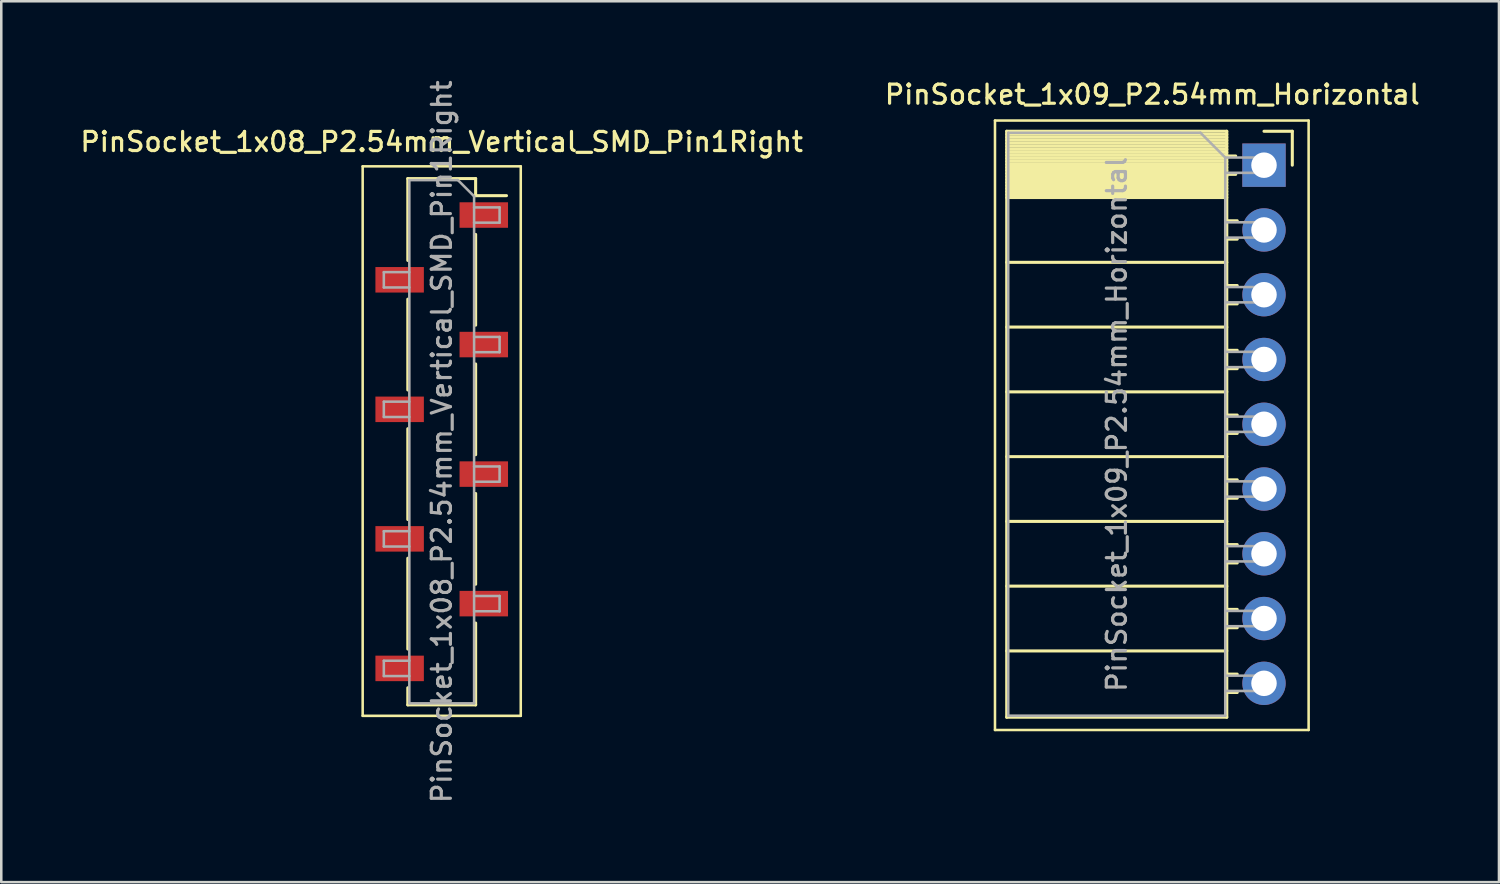
<source format=kicad_pcb>
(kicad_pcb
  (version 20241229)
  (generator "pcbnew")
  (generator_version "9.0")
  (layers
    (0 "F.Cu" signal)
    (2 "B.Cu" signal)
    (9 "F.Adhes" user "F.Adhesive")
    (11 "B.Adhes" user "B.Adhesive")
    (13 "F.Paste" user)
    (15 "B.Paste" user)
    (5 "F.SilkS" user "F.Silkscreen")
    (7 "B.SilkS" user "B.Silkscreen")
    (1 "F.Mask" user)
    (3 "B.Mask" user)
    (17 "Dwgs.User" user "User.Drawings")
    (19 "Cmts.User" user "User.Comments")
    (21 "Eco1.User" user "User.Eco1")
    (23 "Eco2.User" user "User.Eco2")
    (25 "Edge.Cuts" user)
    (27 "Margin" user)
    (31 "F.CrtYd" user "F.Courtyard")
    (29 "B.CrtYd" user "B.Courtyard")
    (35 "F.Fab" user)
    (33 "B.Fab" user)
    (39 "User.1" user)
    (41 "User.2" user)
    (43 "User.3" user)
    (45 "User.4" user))
  (footprint "PinSocket_1x09_P2.54mm_Horizontal"
    (layer "F.Cu")
    (at 46.521 3.428)
    (property "Reference" "PinSocket_1x09_P2.54mm_Horizontal" (at -4.38 -2.77 0) (layer "F.SilkS") (effects (font (size 0.75 0.75) (thickness 0.125))))
    (attr through_hole)
    (fp_line (start -10.55 -1.75) (end -10.55 22.15) (stroke (width 0.1) (type solid)) (layer "F.SilkS"))
    (fp_line (start -10.55 22.15) (end 1.75 22.15) (stroke (width 0.1) (type solid)) (layer "F.SilkS"))
    (fp_line (start -10.09 -1.33) (end -10.09 21.65) (stroke (width 0.12) (type solid)) (layer "F.SilkS"))
    (fp_line (start -10.09 -1.33) (end -1.46 -1.33) (stroke (width 0.12) (type solid)) (layer "F.SilkS"))
    (fp_line (start -10.09 -1.21) (end -1.46 -1.21) (stroke (width 0.12) (type solid)) (layer "F.SilkS"))
    (fp_line (start -10.09 -1.092) (end -1.46 -1.092) (stroke (width 0.12) (type solid)) (layer "F.SilkS"))
    (fp_line (start -10.09 -0.974) (end -1.46 -0.974) (stroke (width 0.12) (type solid)) (layer "F.SilkS"))
    (fp_line (start -10.09 -0.856) (end -1.46 -0.856) (stroke (width 0.12) (type solid)) (layer "F.SilkS"))
    (fp_line (start -10.09 -0.738) (end -1.46 -0.738) (stroke (width 0.12) (type solid)) (layer "F.SilkS"))
    (fp_line (start -10.09 -0.62) (end -1.46 -0.62) (stroke (width 0.12) (type solid)) (layer "F.SilkS"))
    (fp_line (start -10.09 -0.501) (end -1.46 -0.501) (stroke (width 0.12) (type solid)) (layer "F.SilkS"))
    (fp_line (start -10.09 -0.383) (end -1.46 -0.383) (stroke (width 0.12) (type solid)) (layer "F.SilkS"))
    (fp_line (start -10.09 -0.265) (end -1.46 -0.265) (stroke (width 0.12) (type solid)) (layer "F.SilkS"))
    (fp_line (start -10.09 -0.147) (end -1.46 -0.147) (stroke (width 0.12) (type solid)) (layer "F.SilkS"))
    (fp_line (start -10.09 -0.029) (end -1.46 -0.029) (stroke (width 0.12) (type solid)) (layer "F.SilkS"))
    (fp_line (start -10.09 0.089) (end -1.46 0.089) (stroke (width 0.12) (type solid)) (layer "F.SilkS"))
    (fp_line (start -10.09 0.207) (end -1.46 0.207) (stroke (width 0.12) (type solid)) (layer "F.SilkS"))
    (fp_line (start -10.09 0.325) (end -1.46 0.325) (stroke (width 0.12) (type solid)) (layer "F.SilkS"))
    (fp_line (start -10.09 0.443) (end -1.46 0.443) (stroke (width 0.12) (type solid)) (layer "F.SilkS"))
    (fp_line (start -10.09 0.561) (end -1.46 0.561) (stroke (width 0.12) (type solid)) (layer "F.SilkS"))
    (fp_line (start -10.09 0.68) (end -1.46 0.68) (stroke (width 0.12) (type solid)) (layer "F.SilkS"))
    (fp_line (start -10.09 0.798) (end -1.46 0.798) (stroke (width 0.12) (type solid)) (layer "F.SilkS"))
    (fp_line (start -10.09 0.916) (end -1.46 0.916) (stroke (width 0.12) (type solid)) (layer "F.SilkS"))
    (fp_line (start -10.09 1.034) (end -1.46 1.034) (stroke (width 0.12) (type solid)) (layer "F.SilkS"))
    (fp_line (start -10.09 1.152) (end -1.46 1.152) (stroke (width 0.12) (type solid)) (layer "F.SilkS"))
    (fp_line (start -10.09 1.27) (end -1.46 1.27) (stroke (width 0.12) (type solid)) (layer "F.SilkS"))
    (fp_line (start -10.09 3.81) (end -1.46 3.81) (stroke (width 0.12) (type solid)) (layer "F.SilkS"))
    (fp_line (start -10.09 6.35) (end -1.46 6.35) (stroke (width 0.12) (type solid)) (layer "F.SilkS"))
    (fp_line (start -10.09 8.89) (end -1.46 8.89) (stroke (width 0.12) (type solid)) (layer "F.SilkS"))
    (fp_line (start -10.09 11.43) (end -1.46 11.43) (stroke (width 0.12) (type solid)) (layer "F.SilkS"))
    (fp_line (start -10.09 13.97) (end -1.46 13.97) (stroke (width 0.12) (type solid)) (layer "F.SilkS"))
    (fp_line (start -10.09 16.51) (end -1.46 16.51) (stroke (width 0.12) (type solid)) (layer "F.SilkS"))
    (fp_line (start -10.09 19.05) (end -1.46 19.05) (stroke (width 0.12) (type solid)) (layer "F.SilkS"))
    (fp_line (start -10.09 21.65) (end -1.46 21.65) (stroke (width 0.12) (type solid)) (layer "F.SilkS"))
    (fp_line (start -1.46 -1.33) (end -1.46 21.65) (stroke (width 0.12) (type solid)) (layer "F.SilkS"))
    (fp_line (start -1.46 -0.36) (end -1.11 -0.36) (stroke (width 0.12) (type solid)) (layer "F.SilkS"))
    (fp_line (start -1.46 0.36) (end -1.11 0.36) (stroke (width 0.12) (type solid)) (layer "F.SilkS"))
    (fp_line (start -1.46 2.18) (end -1.05 2.18) (stroke (width 0.12) (type solid)) (layer "F.SilkS"))
    (fp_line (start -1.46 2.9) (end -1.05 2.9) (stroke (width 0.12) (type solid)) (layer "F.SilkS"))
    (fp_line (start -1.46 4.72) (end -1.05 4.72) (stroke (width 0.12) (type solid)) (layer "F.SilkS"))
    (fp_line (start -1.46 5.44) (end -1.05 5.44) (stroke (width 0.12) (type solid)) (layer "F.SilkS"))
    (fp_line (start -1.46 7.26) (end -1.05 7.26) (stroke (width 0.12) (type solid)) (layer "F.SilkS"))
    (fp_line (start -1.46 7.98) (end -1.05 7.98) (stroke (width 0.12) (type solid)) (layer "F.SilkS"))
    (fp_line (start -1.46 9.8) (end -1.05 9.8) (stroke (width 0.12) (type solid)) (layer "F.SilkS"))
    (fp_line (start -1.46 10.52) (end -1.05 10.52) (stroke (width 0.12) (type solid)) (layer "F.SilkS"))
    (fp_line (start -1.46 12.34) (end -1.05 12.34) (stroke (width 0.12) (type solid)) (layer "F.SilkS"))
    (fp_line (start -1.46 13.06) (end -1.05 13.06) (stroke (width 0.12) (type solid)) (layer "F.SilkS"))
    (fp_line (start -1.46 14.88) (end -1.05 14.88) (stroke (width 0.12) (type solid)) (layer "F.SilkS"))
    (fp_line (start -1.46 15.6) (end -1.05 15.6) (stroke (width 0.12) (type solid)) (layer "F.SilkS"))
    (fp_line (start -1.46 17.42) (end -1.05 17.42) (stroke (width 0.12) (type solid)) (layer "F.SilkS"))
    (fp_line (start -1.46 18.14) (end -1.05 18.14) (stroke (width 0.12) (type solid)) (layer "F.SilkS"))
    (fp_line (start -1.46 19.96) (end -1.05 19.96) (stroke (width 0.12) (type solid)) (layer "F.SilkS"))
    (fp_line (start -1.46 20.68) (end -1.05 20.68) (stroke (width 0.12) (type solid)) (layer "F.SilkS"))
    (fp_line (start 0 -1.33) (end 1.11 -1.33) (stroke (width 0.12) (type solid)) (layer "F.SilkS"))
    (fp_line (start 1.11 -1.33) (end 1.11 0) (stroke (width 0.12) (type solid)) (layer "F.SilkS"))
    (fp_line (start 1.75 -1.75) (end -10.55 -1.75) (stroke (width 0.1) (type solid)) (layer "F.SilkS"))
    (fp_line (start 1.75 22.15) (end 1.75 -1.75) (stroke (width 0.1) (type solid)) (layer "F.SilkS"))
    (fp_line (start -10.03 -1.27) (end -2.49 -1.27) (stroke (width 0.1) (type solid)) (layer "F.Fab"))
    (fp_line (start -10.03 21.59) (end -10.03 -1.27) (stroke (width 0.1) (type solid)) (layer "F.Fab"))
    (fp_line (start -2.49 -1.27) (end -1.52 -0.3) (stroke (width 0.1) (type solid)) (layer "F.Fab"))
    (fp_line (start -1.52 -0.3) (end -1.52 21.59) (stroke (width 0.1) (type solid)) (layer "F.Fab"))
    (fp_line (start -1.52 0.3) (end 0 0.3) (stroke (width 0.1) (type solid)) (layer "F.Fab"))
    (fp_line (start -1.52 2.84) (end 0 2.84) (stroke (width 0.1) (type solid)) (layer "F.Fab"))
    (fp_line (start -1.52 5.38) (end 0 5.38) (stroke (width 0.1) (type solid)) (layer "F.Fab"))
    (fp_line (start -1.52 7.92) (end 0 7.92) (stroke (width 0.1) (type solid)) (layer "F.Fab"))
    (fp_line (start -1.52 10.46) (end 0 10.46) (stroke (width 0.1) (type solid)) (layer "F.Fab"))
    (fp_line (start -1.52 13) (end 0 13) (stroke (width 0.1) (type solid)) (layer "F.Fab"))
    (fp_line (start -1.52 15.54) (end 0 15.54) (stroke (width 0.1) (type solid)) (layer "F.Fab"))
    (fp_line (start -1.52 18.08) (end 0 18.08) (stroke (width 0.1) (type solid)) (layer "F.Fab"))
    (fp_line (start -1.52 20.62) (end 0 20.62) (stroke (width 0.1) (type solid)) (layer "F.Fab"))
    (fp_line (start -1.52 21.59) (end -10.03 21.59) (stroke (width 0.1) (type solid)) (layer "F.Fab"))
    (fp_line (start 0 -0.3) (end -1.52 -0.3) (stroke (width 0.1) (type solid)) (layer "F.Fab"))
    (fp_line (start 0 0.3) (end 0 -0.3) (stroke (width 0.1) (type solid)) (layer "F.Fab"))
    (fp_line (start 0 2.24) (end -1.52 2.24) (stroke (width 0.1) (type solid)) (layer "F.Fab"))
    (fp_line (start 0 2.84) (end 0 2.24) (stroke (width 0.1) (type solid)) (layer "F.Fab"))
    (fp_line (start 0 4.78) (end -1.52 4.78) (stroke (width 0.1) (type solid)) (layer "F.Fab"))
    (fp_line (start 0 5.38) (end 0 4.78) (stroke (width 0.1) (type solid)) (layer "F.Fab"))
    (fp_line (start 0 7.32) (end -1.52 7.32) (stroke (width 0.1) (type solid)) (layer "F.Fab"))
    (fp_line (start 0 7.92) (end 0 7.32) (stroke (width 0.1) (type solid)) (layer "F.Fab"))
    (fp_line (start 0 9.86) (end -1.52 9.86) (stroke (width 0.1) (type solid)) (layer "F.Fab"))
    (fp_line (start 0 10.46) (end 0 9.86) (stroke (width 0.1) (type solid)) (layer "F.Fab"))
    (fp_line (start 0 12.4) (end -1.52 12.4) (stroke (width 0.1) (type solid)) (layer "F.Fab"))
    (fp_line (start 0 13) (end 0 12.4) (stroke (width 0.1) (type solid)) (layer "F.Fab"))
    (fp_line (start 0 14.94) (end -1.52 14.94) (stroke (width 0.1) (type solid)) (layer "F.Fab"))
    (fp_line (start 0 15.54) (end 0 14.94) (stroke (width 0.1) (type solid)) (layer "F.Fab"))
    (fp_line (start 0 17.48) (end -1.52 17.48) (stroke (width 0.1) (type solid)) (layer "F.Fab"))
    (fp_line (start 0 18.08) (end 0 17.48) (stroke (width 0.1) (type solid)) (layer "F.Fab"))
    (fp_line (start 0 20.02) (end -1.52 20.02) (stroke (width 0.1) (type solid)) (layer "F.Fab"))
    (fp_line (start 0 20.62) (end 0 20.02) (stroke (width 0.1) (type solid)) (layer "F.Fab"))
    (fp_text user "${REFERENCE}" (at -5.775 10.16 90) (layer "F.Fab") (effects (font (size 0.75 0.75) (thickness 0.125))))
    (pad "1" thru_hole rect (at 0 0) (size 1.7 1.7) (drill 1) (layers "*.Cu" "*.Mask"))
    (pad "2" thru_hole oval (at 0 2.54) (size 1.7 1.7) (drill 1) (layers "*.Cu" "*.Mask"))
    (pad "3" thru_hole oval (at 0 5.08) (size 1.7 1.7) (drill 1) (layers "*.Cu" "*.Mask"))
    (pad "4" thru_hole oval (at 0 7.62) (size 1.7 1.7) (drill 1) (layers "*.Cu" "*.Mask"))
    (pad "5" thru_hole oval (at 0 10.16) (size 1.7 1.7) (drill 1) (layers "*.Cu" "*.Mask"))
    (pad "6" thru_hole oval (at 0 12.7) (size 1.7 1.7) (drill 1) (layers "*.Cu" "*.Mask"))
    (pad "7" thru_hole oval (at 0 15.24) (size 1.7 1.7) (drill 1) (layers "*.Cu" "*.Mask"))
    (pad "8" thru_hole oval (at 0 17.78) (size 1.7 1.7) (drill 1) (layers "*.Cu" "*.Mask"))
    (pad "9" thru_hole oval (at 0 20.32) (size 1.7 1.7) (drill 1) (layers "*.Cu" "*.Mask")))
  (footprint "PinSocket_1x08_P2.54mm_Vertical_SMD_Pin1Right"
    (layer "F.Cu")
    (at 14.273 14.273)
    (property "Reference" "PinSocket_1x08_P2.54mm_Vertical_SMD_Pin1Right" (at 0 -11.76 0) (layer "F.SilkS") (effects (font (size 0.75 0.75) (thickness 0.125))))
    (attr smd)
    (fp_line (start -3.1 -10.8) (end 3.1 -10.8) (stroke (width 0.1) (type solid)) (layer "F.SilkS"))
    (fp_line (start -3.1 10.75) (end -3.1 -10.8) (stroke (width 0.1) (type solid)) (layer "F.SilkS"))
    (fp_line (start -1.33 -10.32) (end -1.33 -7.11) (stroke (width 0.12) (type solid)) (layer "F.SilkS"))
    (fp_line (start -1.33 -10.32) (end 1.33 -10.32) (stroke (width 0.12) (type solid)) (layer "F.SilkS"))
    (fp_line (start -1.33 -5.59) (end -1.33 -2.03) (stroke (width 0.12) (type solid)) (layer "F.SilkS"))
    (fp_line (start -1.33 -0.51) (end -1.33 3.05) (stroke (width 0.12) (type solid)) (layer "F.SilkS"))
    (fp_line (start -1.33 4.57) (end -1.33 8.13) (stroke (width 0.12) (type solid)) (layer "F.SilkS"))
    (fp_line (start -1.33 9.65) (end -1.33 10.32) (stroke (width 0.12) (type solid)) (layer "F.SilkS"))
    (fp_line (start -1.33 10.32) (end 1.33 10.32) (stroke (width 0.12) (type solid)) (layer "F.SilkS"))
    (fp_line (start 1.33 -10.32) (end 1.33 -9.65) (stroke (width 0.12) (type solid)) (layer "F.SilkS"))
    (fp_line (start 1.33 -9.65) (end 2.54 -9.65) (stroke (width 0.12) (type solid)) (layer "F.SilkS"))
    (fp_line (start 1.33 -8.13) (end 1.33 -4.57) (stroke (width 0.12) (type solid)) (layer "F.SilkS"))
    (fp_line (start 1.33 -3.05) (end 1.33 0.51) (stroke (width 0.12) (type solid)) (layer "F.SilkS"))
    (fp_line (start 1.33 2.03) (end 1.33 5.59) (stroke (width 0.12) (type solid)) (layer "F.SilkS"))
    (fp_line (start 1.33 7.11) (end 1.33 10.32) (stroke (width 0.12) (type solid)) (layer "F.SilkS"))
    (fp_line (start 3.1 -10.8) (end 3.1 10.75) (stroke (width 0.1) (type solid)) (layer "F.SilkS"))
    (fp_line (start 3.1 10.75) (end -3.1 10.75) (stroke (width 0.1) (type solid)) (layer "F.SilkS"))
    (fp_line (start -2.27 -6.65) (end -1.27 -6.65) (stroke (width 0.1) (type solid)) (layer "F.Fab"))
    (fp_line (start -2.27 -6.05) (end -2.27 -6.65) (stroke (width 0.1) (type solid)) (layer "F.Fab"))
    (fp_line (start -2.27 -1.57) (end -1.27 -1.57) (stroke (width 0.1) (type solid)) (layer "F.Fab"))
    (fp_line (start -2.27 -0.97) (end -2.27 -1.57) (stroke (width 0.1) (type solid)) (layer "F.Fab"))
    (fp_line (start -2.27 3.51) (end -1.27 3.51) (stroke (width 0.1) (type solid)) (layer "F.Fab"))
    (fp_line (start -2.27 4.11) (end -2.27 3.51) (stroke (width 0.1) (type solid)) (layer "F.Fab"))
    (fp_line (start -2.27 8.59) (end -1.27 8.59) (stroke (width 0.1) (type solid)) (layer "F.Fab"))
    (fp_line (start -2.27 9.19) (end -2.27 8.59) (stroke (width 0.1) (type solid)) (layer "F.Fab"))
    (fp_line (start -1.27 -10.26) (end 0.635 -10.26) (stroke (width 0.1) (type solid)) (layer "F.Fab"))
    (fp_line (start -1.27 -6.05) (end -2.27 -6.05) (stroke (width 0.1) (type solid)) (layer "F.Fab"))
    (fp_line (start -1.27 -0.97) (end -2.27 -0.97) (stroke (width 0.1) (type solid)) (layer "F.Fab"))
    (fp_line (start -1.27 4.11) (end -2.27 4.11) (stroke (width 0.1) (type solid)) (layer "F.Fab"))
    (fp_line (start -1.27 9.19) (end -2.27 9.19) (stroke (width 0.1) (type solid)) (layer "F.Fab"))
    (fp_line (start -1.27 10.26) (end -1.27 -10.26) (stroke (width 0.1) (type solid)) (layer "F.Fab"))
    (fp_line (start 0.635 -10.26) (end 1.27 -9.625) (stroke (width 0.1) (type solid)) (layer "F.Fab"))
    (fp_line (start 1.27 -9.625) (end 1.27 10.26) (stroke (width 0.1) (type solid)) (layer "F.Fab"))
    (fp_line (start 1.27 -9.19) (end 2.27 -9.19) (stroke (width 0.1) (type solid)) (layer "F.Fab"))
    (fp_line (start 1.27 -4.11) (end 2.27 -4.11) (stroke (width 0.1) (type solid)) (layer "F.Fab"))
    (fp_line (start 1.27 0.97) (end 2.27 0.97) (stroke (width 0.1) (type solid)) (layer "F.Fab"))
    (fp_line (start 1.27 6.05) (end 2.27 6.05) (stroke (width 0.1) (type solid)) (layer "F.Fab"))
    (fp_line (start 1.27 10.26) (end -1.27 10.26) (stroke (width 0.1) (type solid)) (layer "F.Fab"))
    (fp_line (start 2.27 -9.19) (end 2.27 -8.59) (stroke (width 0.1) (type solid)) (layer "F.Fab"))
    (fp_line (start 2.27 -8.59) (end 1.27 -8.59) (stroke (width 0.1) (type solid)) (layer "F.Fab"))
    (fp_line (start 2.27 -4.11) (end 2.27 -3.51) (stroke (width 0.1) (type solid)) (layer "F.Fab"))
    (fp_line (start 2.27 -3.51) (end 1.27 -3.51) (stroke (width 0.1) (type solid)) (layer "F.Fab"))
    (fp_line (start 2.27 0.97) (end 2.27 1.57) (stroke (width 0.1) (type solid)) (layer "F.Fab"))
    (fp_line (start 2.27 1.57) (end 1.27 1.57) (stroke (width 0.1) (type solid)) (layer "F.Fab"))
    (fp_line (start 2.27 6.05) (end 2.27 6.65) (stroke (width 0.1) (type solid)) (layer "F.Fab"))
    (fp_line (start 2.27 6.65) (end 1.27 6.65) (stroke (width 0.1) (type solid)) (layer "F.Fab"))
    (fp_text user "${REFERENCE}" (at 0 0 90) (layer "F.Fab") (effects (font (size 0.75 0.75) (thickness 0.125))))
    (pad "1" smd rect (at 1.65 -8.89) (size 1.9 1) (layers "F.Cu" "F.Mask" "F.Paste"))
    (pad "2" smd rect (at -1.65 -6.35) (size 1.9 1) (layers "F.Cu" "F.Mask" "F.Paste"))
    (pad "3" smd rect (at 1.65 -3.81) (size 1.9 1) (layers "F.Cu" "F.Mask" "F.Paste"))
    (pad "4" smd rect (at -1.65 -1.27) (size 1.9 1) (layers "F.Cu" "F.Mask" "F.Paste"))
    (pad "5" smd rect (at 1.65 1.27) (size 1.9 1) (layers "F.Cu" "F.Mask" "F.Paste"))
    (pad "6" smd rect (at -1.65 3.81) (size 1.9 1) (layers "F.Cu" "F.Mask" "F.Paste"))
    (pad "7" smd rect (at 1.65 6.35) (size 1.9 1) (layers "F.Cu" "F.Mask" "F.Paste"))
    (pad "8" smd rect (at -1.65 8.89) (size 1.9 1) (layers "F.Cu" "F.Mask" "F.Paste")))
  (gr_rect
    (start -3 -3)
    (end 55.736 31.546)
    (stroke (width 0.1) (type default))
    (fill no)
    (layer "Edge.Cuts")))
</source>
